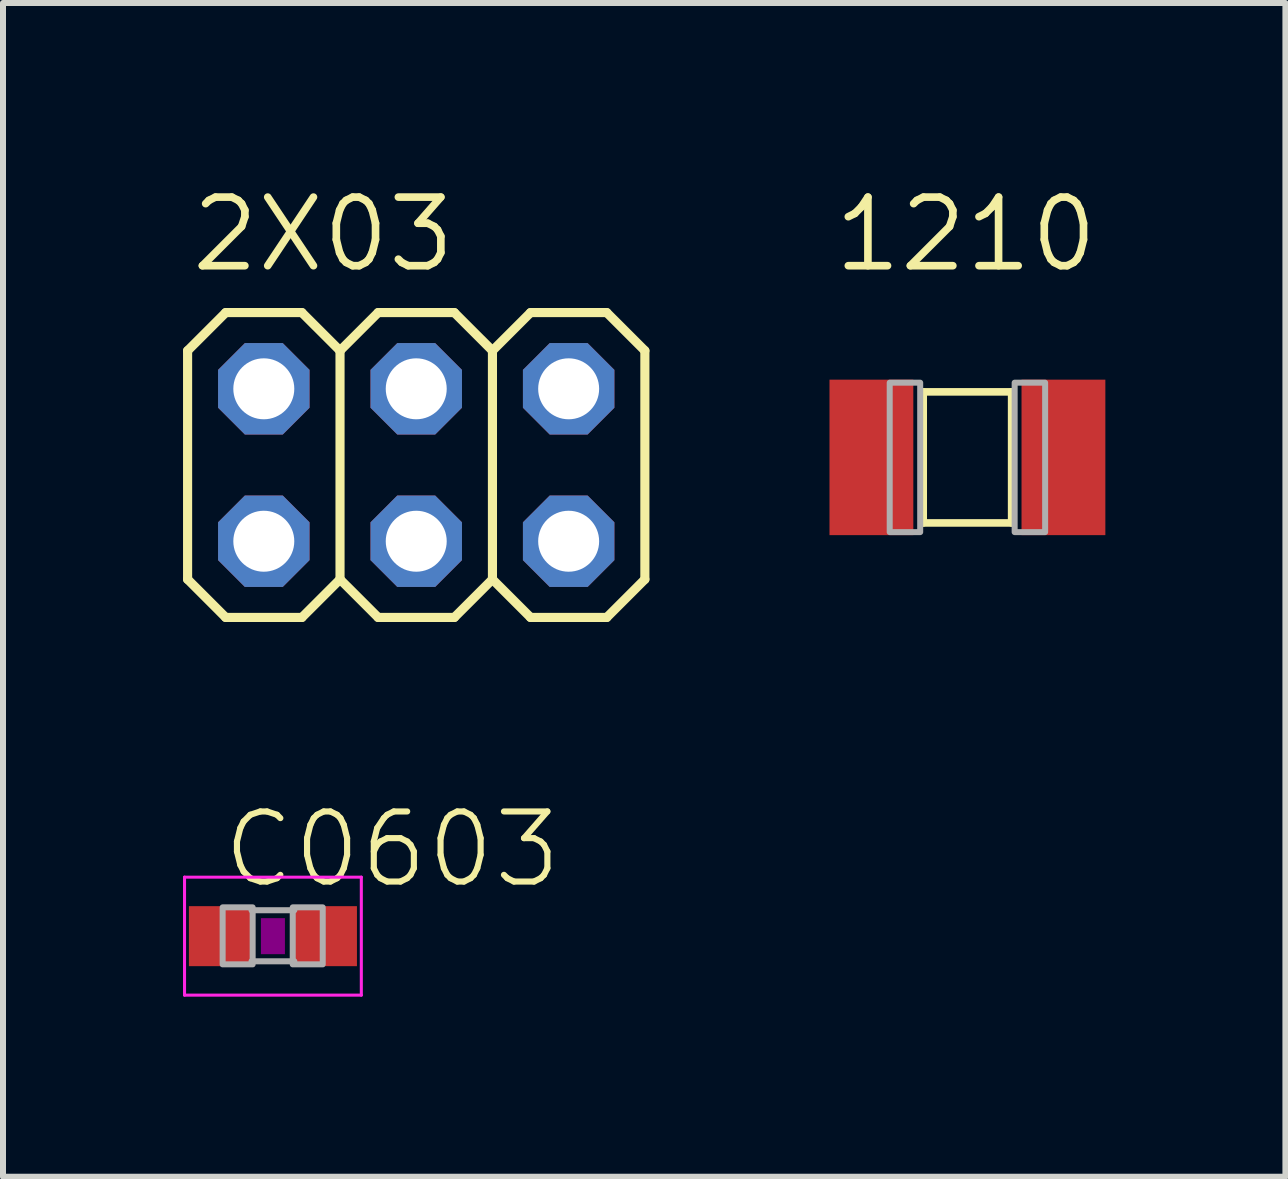
<source format=kicad_pcb>
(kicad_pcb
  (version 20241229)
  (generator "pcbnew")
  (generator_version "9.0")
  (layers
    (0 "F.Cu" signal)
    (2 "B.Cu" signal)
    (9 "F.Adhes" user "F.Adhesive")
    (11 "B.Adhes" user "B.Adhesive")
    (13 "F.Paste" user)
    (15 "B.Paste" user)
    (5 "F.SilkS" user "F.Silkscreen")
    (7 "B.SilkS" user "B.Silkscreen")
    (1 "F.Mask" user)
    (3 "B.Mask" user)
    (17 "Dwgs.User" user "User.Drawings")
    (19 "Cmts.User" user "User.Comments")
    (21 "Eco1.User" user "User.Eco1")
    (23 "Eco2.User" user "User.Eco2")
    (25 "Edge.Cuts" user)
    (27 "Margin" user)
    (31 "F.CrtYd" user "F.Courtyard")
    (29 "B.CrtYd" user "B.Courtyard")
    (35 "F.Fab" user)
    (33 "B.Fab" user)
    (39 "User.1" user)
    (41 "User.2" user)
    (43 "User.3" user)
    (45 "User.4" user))
  (footprint "2X03"
    (layer "F.Cu")
    (at 3.886 4.699)
    (property "Reference" "2X03" (at -3.81 -3.175 0) (unlocked yes) (layer "F.SilkS") (effects (font (size 1.143 1.143) (thickness 0.127)) (justify left bottom)))
    (fp_line (start -3.81 -1.905) (end -3.175 -2.54) (stroke (width 0.152) (type solid)) (layer "F.SilkS"))
    (fp_line (start -3.81 1.905) (end -3.81 -1.905) (stroke (width 0.152) (type solid)) (layer "F.SilkS"))
    (fp_line (start -3.81 1.905) (end -3.175 2.54) (stroke (width 0.152) (type solid)) (layer "F.SilkS"))
    (fp_line (start -3.175 -2.54) (end -1.905 -2.54) (stroke (width 0.152) (type solid)) (layer "F.SilkS"))
    (fp_line (start -3.175 2.54) (end -1.905 2.54) (stroke (width 0.152) (type solid)) (layer "F.SilkS"))
    (fp_line (start -1.905 -2.54) (end -1.27 -1.905) (stroke (width 0.152) (type solid)) (layer "F.SilkS"))
    (fp_line (start -1.905 2.54) (end -1.27 1.905) (stroke (width 0.152) (type solid)) (layer "F.SilkS"))
    (fp_line (start -1.27 -1.905) (end -1.27 1.905) (stroke (width 0.152) (type solid)) (layer "F.SilkS"))
    (fp_line (start -1.27 -1.905) (end -0.635 -2.54) (stroke (width 0.152) (type solid)) (layer "F.SilkS"))
    (fp_line (start -1.27 1.905) (end -0.635 2.54) (stroke (width 0.152) (type solid)) (layer "F.SilkS"))
    (fp_line (start -0.635 -2.54) (end 0.635 -2.54) (stroke (width 0.152) (type solid)) (layer "F.SilkS"))
    (fp_line (start -0.635 2.54) (end 0.635 2.54) (stroke (width 0.152) (type solid)) (layer "F.SilkS"))
    (fp_line (start 0.635 -2.54) (end 1.27 -1.905) (stroke (width 0.152) (type solid)) (layer "F.SilkS"))
    (fp_line (start 0.635 2.54) (end 1.27 1.905) (stroke (width 0.152) (type solid)) (layer "F.SilkS"))
    (fp_line (start 1.27 -1.905) (end 1.27 1.905) (stroke (width 0.152) (type solid)) (layer "F.SilkS"))
    (fp_line (start 1.27 -1.905) (end 1.905 -2.54) (stroke (width 0.152) (type solid)) (layer "F.SilkS"))
    (fp_line (start 1.27 1.905) (end 1.905 2.54) (stroke (width 0.152) (type solid)) (layer "F.SilkS"))
    (fp_line (start 1.905 -2.54) (end 3.175 -2.54) (stroke (width 0.152) (type solid)) (layer "F.SilkS"))
    (fp_line (start 1.905 2.54) (end 3.175 2.54) (stroke (width 0.152) (type solid)) (layer "F.SilkS"))
    (fp_line (start 3.175 -2.54) (end 3.81 -1.905) (stroke (width 0.152) (type solid)) (layer "F.SilkS"))
    (fp_line (start 3.175 2.54) (end 3.81 1.905) (stroke (width 0.152) (type solid)) (layer "F.SilkS"))
    (fp_line (start 3.81 -1.905) (end 3.81 1.905) (stroke (width 0.152) (type solid)) (layer "F.SilkS"))
    (fp_poly (pts (xy -2.794 -1.016) (xy -2.286 -1.016) (xy -2.286 -1.524) (xy -2.794 -1.524)) (stroke (width 0.1) (type default)) (fill no) (layer "F.Fab"))
    (fp_poly (pts (xy -2.794 1.524) (xy -2.286 1.524) (xy -2.286 1.016) (xy -2.794 1.016)) (stroke (width 0.1) (type default)) (fill no) (layer "F.Fab"))
    (fp_poly (pts (xy -0.254 -1.016) (xy 0.254 -1.016) (xy 0.254 -1.524) (xy -0.254 -1.524)) (stroke (width 0.1) (type default)) (fill no) (layer "F.Fab"))
    (fp_poly (pts (xy -0.254 1.524) (xy 0.254 1.524) (xy 0.254 1.016) (xy -0.254 1.016)) (stroke (width 0.1) (type default)) (fill no) (layer "F.Fab"))
    (fp_poly (pts (xy 2.286 -1.016) (xy 2.794 -1.016) (xy 2.794 -1.524) (xy 2.286 -1.524)) (stroke (width 0.1) (type default)) (fill no) (layer "F.Fab"))
    (fp_poly (pts (xy 2.286 1.524) (xy 2.794 1.524) (xy 2.794 1.016) (xy 2.286 1.016)) (stroke (width 0.1) (type default)) (fill no) (layer "F.Fab"))
    (pad "1" thru_hole roundrect (at -2.54 1.27) (size 1.524 1.524) (drill 1.016) (layers "*.Cu" "*.Mask") (roundrect_rratio 0.25) (chamfer_ratio 0.293) (chamfer top_left top_right bottom_left bottom_right))
    (pad "2" thru_hole roundrect (at -2.54 -1.27) (size 1.524 1.524) (drill 1.016) (layers "*.Cu" "*.Mask") (roundrect_rratio 0.25) (chamfer_ratio 0.293) (chamfer top_left top_right bottom_left bottom_right))
    (pad "3" thru_hole roundrect (at 0 1.27) (size 1.524 1.524) (drill 1.016) (layers "*.Cu" "*.Mask") (roundrect_rratio 0.25) (chamfer_ratio 0.293) (chamfer top_left top_right bottom_left bottom_right))
    (pad "4" thru_hole roundrect (at 0 -1.27) (size 1.524 1.524) (drill 1.016) (layers "*.Cu" "*.Mask") (roundrect_rratio 0.25) (chamfer_ratio 0.293) (chamfer top_left top_right bottom_left bottom_right))
    (pad "5" thru_hole roundrect (at 2.54 1.27) (size 1.524 1.524) (drill 1.016) (layers "*.Cu" "*.Mask") (roundrect_rratio 0.25) (chamfer_ratio 0.293) (chamfer top_left top_right bottom_left bottom_right))
    (pad "6" thru_hole roundrect (at 2.54 -1.27) (size 1.524 1.524) (drill 1.016) (layers "*.Cu" "*.Mask") (roundrect_rratio 0.25) (chamfer_ratio 0.293) (chamfer top_left top_right bottom_left bottom_right)))
  (footprint "1210"
    (layer "F.Cu")
    (at 13.071 4.572)
    (property "Reference" "1210" (at -2.286 -3.048 0) (unlocked yes) (layer "F.SilkS") (effects (font (size 1.143 1.143) (thickness 0.127)) (justify left bottom)))
    (fp_line (start -0.737 -1.092) (end 0.737 -1.092) (stroke (width 0.127) (type solid)) (layer "F.SilkS"))
    (fp_line (start -0.737 1.092) (end -0.737 -1.092) (stroke (width 0.127) (type solid)) (layer "F.SilkS"))
    (fp_line (start -0.737 1.092) (end 0.737 1.092) (stroke (width 0.127) (type solid)) (layer "F.SilkS"))
    (fp_line (start 0.737 -1.092) (end 0.737 1.092) (stroke (width 0.127) (type solid)) (layer "F.SilkS"))
    (fp_poly (pts (xy -1.295 1.245) (xy -0.787 1.245) (xy -0.787 -1.245) (xy -1.295 -1.245)) (stroke (width 0.1) (type default)) (fill no) (layer "F.Fab"))
    (fp_poly (pts (xy 0.787 1.245) (xy 1.295 1.245) (xy 1.295 -1.245) (xy 0.787 -1.245)) (stroke (width 0.1) (type default)) (fill no) (layer "F.Fab"))
    (pad "1" smd rect (at -1.6 0) (size 1.397 2.591) (layers "F.Cu" "F.Mask" "F.Paste"))
    (pad "2" smd rect (at 1.6 0) (size 1.397 2.591) (layers "F.Cu" "F.Mask" "F.Paste")))
  (footprint "C0603"
    (layer "F.Cu")
    (at 1.498 12.55)
    (property "Reference" "C0603" (at -0.889 -0.762 0) (unlocked yes) (layer "F.SilkS") (effects (font (size 1.168 1.168) (thickness 0.102)) (justify left bottom)))
    (fp_poly (pts (xy -0.2 0.3) (xy 0.2 0.3) (xy 0.2 -0.3) (xy -0.2 -0.3)) (stroke (width 0) (type default)) (fill yes) (layer "F.Adhes"))
    (fp_line (start -1.473 -0.983) (end 1.473 -0.983) (stroke (width 0.051) (type solid)) (layer "F.CrtYd"))
    (fp_line (start -1.473 0.983) (end -1.473 -0.983) (stroke (width 0.051) (type solid)) (layer "F.CrtYd"))
    (fp_line (start 1.473 -0.983) (end 1.473 0.983) (stroke (width 0.051) (type solid)) (layer "F.CrtYd"))
    (fp_line (start 1.473 0.983) (end -1.473 0.983) (stroke (width 0.051) (type solid)) (layer "F.CrtYd"))
    (fp_line (start -0.356 -0.432) (end 0.356 -0.432) (stroke (width 0.102) (type solid)) (layer "F.Fab"))
    (fp_line (start -0.356 0.419) (end 0.356 0.419) (stroke (width 0.102) (type solid)) (layer "F.Fab"))
    (fp_poly (pts (xy -0.838 0.47) (xy -0.338 0.47) (xy -0.338 -0.48) (xy -0.838 -0.48)) (stroke (width 0.1) (type default)) (fill no) (layer "F.Fab"))
    (fp_poly (pts (xy 0.33 0.47) (xy 0.83 0.47) (xy 0.83 -0.48) (xy 0.33 -0.48)) (stroke (width 0.1) (type default)) (fill no) (layer "F.Fab"))
    (pad "1" smd rect (at -0.85 0) (size 1.1 1) (layers "F.Cu" "F.Mask" "F.Paste"))
    (pad "2" smd rect (at 0.85 0) (size 1.1 1) (layers "F.Cu" "F.Mask" "F.Paste")))
  (gr_rect
    (start -3 -3)
    (end 18.37 16.559)
    (stroke (width 0.1) (type default))
    (fill no)
    (layer "Edge.Cuts")))
</source>
